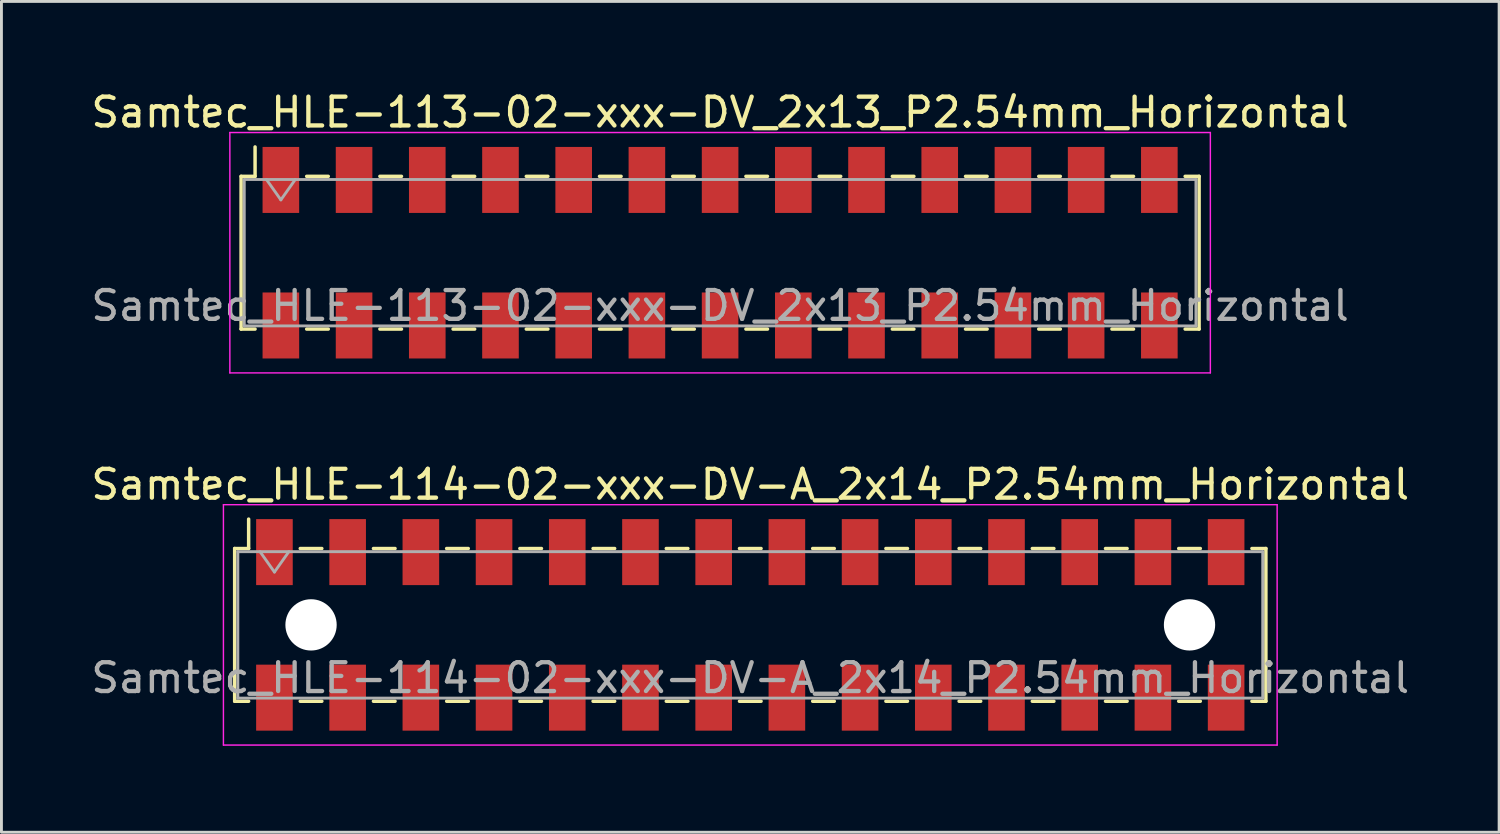
<source format=kicad_pcb>
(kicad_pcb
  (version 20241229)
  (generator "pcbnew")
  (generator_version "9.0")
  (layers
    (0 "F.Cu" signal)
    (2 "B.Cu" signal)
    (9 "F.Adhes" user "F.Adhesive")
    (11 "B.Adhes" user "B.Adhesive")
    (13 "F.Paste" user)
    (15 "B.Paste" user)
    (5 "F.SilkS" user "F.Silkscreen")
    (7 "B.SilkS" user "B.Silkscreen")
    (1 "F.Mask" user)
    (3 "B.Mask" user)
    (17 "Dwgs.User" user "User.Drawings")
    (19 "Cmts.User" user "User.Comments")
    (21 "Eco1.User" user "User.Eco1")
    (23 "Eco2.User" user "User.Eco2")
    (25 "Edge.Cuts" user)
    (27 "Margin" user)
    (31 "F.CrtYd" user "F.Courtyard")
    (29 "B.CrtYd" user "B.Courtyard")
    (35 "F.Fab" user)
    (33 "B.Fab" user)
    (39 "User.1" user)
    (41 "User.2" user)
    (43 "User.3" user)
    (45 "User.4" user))
  (footprint "Samtec_HLE-114-02-xxx-DV-A_2x14_P2.54mm_Horizontal"
    (layer "F.Cu")
    (at 22.982 18.631)
    (property "Reference" "Samtec_HLE-114-02-xxx-DV-A_2x14_P2.54mm_Horizontal" (at 0 -4.87 0) (layer "F.SilkS") (effects (font (size 1 1) (thickness 0.15))))
    (attr smd)
    (fp_line (start -17.89 -2.65) (end -17.89 2.65) (stroke (width 0.12) (type solid)) (layer "F.SilkS"))
    (fp_line (start -17.89 2.65) (end -17.405 2.65) (stroke (width 0.12) (type solid)) (layer "F.SilkS"))
    (fp_line (start -17.405 -3.67) (end -17.405 -2.65) (stroke (width 0.12) (type solid)) (layer "F.SilkS"))
    (fp_line (start -17.405 -2.65) (end -17.89 -2.65) (stroke (width 0.12) (type solid)) (layer "F.SilkS"))
    (fp_line (start -15.615 -2.65) (end -14.865 -2.65) (stroke (width 0.12) (type solid)) (layer "F.SilkS"))
    (fp_line (start -15.615 2.65) (end -14.865 2.65) (stroke (width 0.12) (type solid)) (layer "F.SilkS"))
    (fp_line (start -13.075 -2.65) (end -12.325 -2.65) (stroke (width 0.12) (type solid)) (layer "F.SilkS"))
    (fp_line (start -13.075 2.65) (end -12.325 2.65) (stroke (width 0.12) (type solid)) (layer "F.SilkS"))
    (fp_line (start -10.535 -2.65) (end -9.785 -2.65) (stroke (width 0.12) (type solid)) (layer "F.SilkS"))
    (fp_line (start -10.535 2.65) (end -9.785 2.65) (stroke (width 0.12) (type solid)) (layer "F.SilkS"))
    (fp_line (start -7.995 -2.65) (end -7.245 -2.65) (stroke (width 0.12) (type solid)) (layer "F.SilkS"))
    (fp_line (start -7.995 2.65) (end -7.245 2.65) (stroke (width 0.12) (type solid)) (layer "F.SilkS"))
    (fp_line (start -5.455 -2.65) (end -4.705 -2.65) (stroke (width 0.12) (type solid)) (layer "F.SilkS"))
    (fp_line (start -5.455 2.65) (end -4.705 2.65) (stroke (width 0.12) (type solid)) (layer "F.SilkS"))
    (fp_line (start -2.915 -2.65) (end -2.165 -2.65) (stroke (width 0.12) (type solid)) (layer "F.SilkS"))
    (fp_line (start -2.915 2.65) (end -2.165 2.65) (stroke (width 0.12) (type solid)) (layer "F.SilkS"))
    (fp_line (start -0.375 -2.65) (end 0.375 -2.65) (stroke (width 0.12) (type solid)) (layer "F.SilkS"))
    (fp_line (start -0.375 2.65) (end 0.375 2.65) (stroke (width 0.12) (type solid)) (layer "F.SilkS"))
    (fp_line (start 2.165 -2.65) (end 2.915 -2.65) (stroke (width 0.12) (type solid)) (layer "F.SilkS"))
    (fp_line (start 2.165 2.65) (end 2.915 2.65) (stroke (width 0.12) (type solid)) (layer "F.SilkS"))
    (fp_line (start 4.705 -2.65) (end 5.455 -2.65) (stroke (width 0.12) (type solid)) (layer "F.SilkS"))
    (fp_line (start 4.705 2.65) (end 5.455 2.65) (stroke (width 0.12) (type solid)) (layer "F.SilkS"))
    (fp_line (start 7.245 -2.65) (end 7.995 -2.65) (stroke (width 0.12) (type solid)) (layer "F.SilkS"))
    (fp_line (start 7.245 2.65) (end 7.995 2.65) (stroke (width 0.12) (type solid)) (layer "F.SilkS"))
    (fp_line (start 9.785 -2.65) (end 10.535 -2.65) (stroke (width 0.12) (type solid)) (layer "F.SilkS"))
    (fp_line (start 9.785 2.65) (end 10.535 2.65) (stroke (width 0.12) (type solid)) (layer "F.SilkS"))
    (fp_line (start 12.325 -2.65) (end 13.075 -2.65) (stroke (width 0.12) (type solid)) (layer "F.SilkS"))
    (fp_line (start 12.325 2.65) (end 13.075 2.65) (stroke (width 0.12) (type solid)) (layer "F.SilkS"))
    (fp_line (start 14.865 -2.65) (end 15.615 -2.65) (stroke (width 0.12) (type solid)) (layer "F.SilkS"))
    (fp_line (start 14.865 2.65) (end 15.615 2.65) (stroke (width 0.12) (type solid)) (layer "F.SilkS"))
    (fp_line (start 17.405 -2.65) (end 17.89 -2.65) (stroke (width 0.12) (type solid)) (layer "F.SilkS"))
    (fp_line (start 17.89 -2.65) (end 17.89 2.65) (stroke (width 0.12) (type solid)) (layer "F.SilkS"))
    (fp_line (start 17.89 2.65) (end 17.405 2.65) (stroke (width 0.12) (type solid)) (layer "F.SilkS"))
    (fp_line (start -18.28 -4.17) (end 18.28 -4.17) (stroke (width 0.05) (type solid)) (layer "F.CrtYd"))
    (fp_line (start -18.28 4.17) (end -18.28 -4.17) (stroke (width 0.05) (type solid)) (layer "F.CrtYd"))
    (fp_line (start 18.28 -4.17) (end 18.28 4.17) (stroke (width 0.05) (type solid)) (layer "F.CrtYd"))
    (fp_line (start 18.28 4.17) (end -18.28 4.17) (stroke (width 0.05) (type solid)) (layer "F.CrtYd"))
    (fp_line (start -17.78 -2.54) (end 17.78 -2.54) (stroke (width 0.1) (type solid)) (layer "F.Fab"))
    (fp_line (start -17.78 2.54) (end -17.78 -2.54) (stroke (width 0.1) (type solid)) (layer "F.Fab"))
    (fp_line (start -17.01 -2.54) (end -16.51 -1.833) (stroke (width 0.1) (type solid)) (layer "F.Fab"))
    (fp_line (start -16.51 -1.833) (end -16.01 -2.54) (stroke (width 0.1) (type solid)) (layer "F.Fab"))
    (fp_line (start 17.78 -2.54) (end 17.78 2.54) (stroke (width 0.1) (type solid)) (layer "F.Fab"))
    (fp_line (start 17.78 2.54) (end -17.78 2.54) (stroke (width 0.1) (type solid)) (layer "F.Fab"))
    (fp_text user "${REFERENCE}" (at 0 1.84 0) (layer "F.Fab") (effects (font (size 1 1) (thickness 0.15))))
    (pad "" np_thru_hole circle (at -15.24 0) (size 1.78 1.78) (drill 1.78) (layers "*.Cu" "*.Mask"))
    (pad "" np_thru_hole circle (at 15.24 0) (size 1.78 1.78) (drill 1.78) (layers "*.Cu" "*.Mask"))
    (pad "1" smd rect (at -16.51 -2.525) (size 1.27 2.29) (layers "F.Cu" "F.Mask" "F.Paste"))
    (pad "2" smd rect (at -16.51 2.525) (size 1.27 2.29) (layers "F.Cu" "F.Mask" "F.Paste"))
    (pad "3" smd rect (at -13.97 -2.525) (size 1.27 2.29) (layers "F.Cu" "F.Mask" "F.Paste"))
    (pad "4" smd rect (at -13.97 2.525) (size 1.27 2.29) (layers "F.Cu" "F.Mask" "F.Paste"))
    (pad "5" smd rect (at -11.43 -2.525) (size 1.27 2.29) (layers "F.Cu" "F.Mask" "F.Paste"))
    (pad "6" smd rect (at -11.43 2.525) (size 1.27 2.29) (layers "F.Cu" "F.Mask" "F.Paste"))
    (pad "7" smd rect (at -8.89 -2.525) (size 1.27 2.29) (layers "F.Cu" "F.Mask" "F.Paste"))
    (pad "8" smd rect (at -8.89 2.525) (size 1.27 2.29) (layers "F.Cu" "F.Mask" "F.Paste"))
    (pad "9" smd rect (at -6.35 -2.525) (size 1.27 2.29) (layers "F.Cu" "F.Mask" "F.Paste"))
    (pad "10" smd rect (at -6.35 2.525) (size 1.27 2.29) (layers "F.Cu" "F.Mask" "F.Paste"))
    (pad "11" smd rect (at -3.81 -2.525) (size 1.27 2.29) (layers "F.Cu" "F.Mask" "F.Paste"))
    (pad "12" smd rect (at -3.81 2.525) (size 1.27 2.29) (layers "F.Cu" "F.Mask" "F.Paste"))
    (pad "13" smd rect (at -1.27 -2.525) (size 1.27 2.29) (layers "F.Cu" "F.Mask" "F.Paste"))
    (pad "14" smd rect (at -1.27 2.525) (size 1.27 2.29) (layers "F.Cu" "F.Mask" "F.Paste"))
    (pad "15" smd rect (at 1.27 -2.525) (size 1.27 2.29) (layers "F.Cu" "F.Mask" "F.Paste"))
    (pad "16" smd rect (at 1.27 2.525) (size 1.27 2.29) (layers "F.Cu" "F.Mask" "F.Paste"))
    (pad "17" smd rect (at 3.81 -2.525) (size 1.27 2.29) (layers "F.Cu" "F.Mask" "F.Paste"))
    (pad "18" smd rect (at 3.81 2.525) (size 1.27 2.29) (layers "F.Cu" "F.Mask" "F.Paste"))
    (pad "19" smd rect (at 6.35 -2.525) (size 1.27 2.29) (layers "F.Cu" "F.Mask" "F.Paste"))
    (pad "20" smd rect (at 6.35 2.525) (size 1.27 2.29) (layers "F.Cu" "F.Mask" "F.Paste"))
    (pad "21" smd rect (at 8.89 -2.525) (size 1.27 2.29) (layers "F.Cu" "F.Mask" "F.Paste"))
    (pad "22" smd rect (at 8.89 2.525) (size 1.27 2.29) (layers "F.Cu" "F.Mask" "F.Paste"))
    (pad "23" smd rect (at 11.43 -2.525) (size 1.27 2.29) (layers "F.Cu" "F.Mask" "F.Paste"))
    (pad "24" smd rect (at 11.43 2.525) (size 1.27 2.29) (layers "F.Cu" "F.Mask" "F.Paste"))
    (pad "25" smd rect (at 13.97 -2.525) (size 1.27 2.29) (layers "F.Cu" "F.Mask" "F.Paste"))
    (pad "26" smd rect (at 13.97 2.525) (size 1.27 2.29) (layers "F.Cu" "F.Mask" "F.Paste"))
    (pad "27" smd rect (at 16.51 -2.525) (size 1.27 2.29) (layers "F.Cu" "F.Mask" "F.Paste"))
    (pad "28" smd rect (at 16.51 2.525) (size 1.27 2.29) (layers "F.Cu" "F.Mask" "F.Paste")))
  (footprint "Samtec_HLE-113-02-xxx-DV_2x13_P2.54mm_Horizontal"
    (layer "F.Cu")
    (at 21.935 5.718)
    (property "Reference" "Samtec_HLE-113-02-xxx-DV_2x13_P2.54mm_Horizontal" (at 0 -4.87 0) (layer "F.SilkS") (effects (font (size 1 1) (thickness 0.15))))
    (attr smd)
    (fp_line (start -16.62 -2.65) (end -16.62 2.65) (stroke (width 0.12) (type solid)) (layer "F.SilkS"))
    (fp_line (start -16.62 2.65) (end -16.135 2.65) (stroke (width 0.12) (type solid)) (layer "F.SilkS"))
    (fp_line (start -16.135 -3.67) (end -16.135 -2.65) (stroke (width 0.12) (type solid)) (layer "F.SilkS"))
    (fp_line (start -16.135 -2.65) (end -16.62 -2.65) (stroke (width 0.12) (type solid)) (layer "F.SilkS"))
    (fp_line (start -14.345 -2.65) (end -13.595 -2.65) (stroke (width 0.12) (type solid)) (layer "F.SilkS"))
    (fp_line (start -14.345 2.65) (end -13.595 2.65) (stroke (width 0.12) (type solid)) (layer "F.SilkS"))
    (fp_line (start -11.805 -2.65) (end -11.055 -2.65) (stroke (width 0.12) (type solid)) (layer "F.SilkS"))
    (fp_line (start -11.805 2.65) (end -11.055 2.65) (stroke (width 0.12) (type solid)) (layer "F.SilkS"))
    (fp_line (start -9.265 -2.65) (end -8.515 -2.65) (stroke (width 0.12) (type solid)) (layer "F.SilkS"))
    (fp_line (start -9.265 2.65) (end -8.515 2.65) (stroke (width 0.12) (type solid)) (layer "F.SilkS"))
    (fp_line (start -6.725 -2.65) (end -5.975 -2.65) (stroke (width 0.12) (type solid)) (layer "F.SilkS"))
    (fp_line (start -6.725 2.65) (end -5.975 2.65) (stroke (width 0.12) (type solid)) (layer "F.SilkS"))
    (fp_line (start -4.185 -2.65) (end -3.435 -2.65) (stroke (width 0.12) (type solid)) (layer "F.SilkS"))
    (fp_line (start -4.185 2.65) (end -3.435 2.65) (stroke (width 0.12) (type solid)) (layer "F.SilkS"))
    (fp_line (start -1.645 -2.65) (end -0.895 -2.65) (stroke (width 0.12) (type solid)) (layer "F.SilkS"))
    (fp_line (start -1.645 2.65) (end -0.895 2.65) (stroke (width 0.12) (type solid)) (layer "F.SilkS"))
    (fp_line (start 0.895 -2.65) (end 1.645 -2.65) (stroke (width 0.12) (type solid)) (layer "F.SilkS"))
    (fp_line (start 0.895 2.65) (end 1.645 2.65) (stroke (width 0.12) (type solid)) (layer "F.SilkS"))
    (fp_line (start 3.435 -2.65) (end 4.185 -2.65) (stroke (width 0.12) (type solid)) (layer "F.SilkS"))
    (fp_line (start 3.435 2.65) (end 4.185 2.65) (stroke (width 0.12) (type solid)) (layer "F.SilkS"))
    (fp_line (start 5.975 -2.65) (end 6.725 -2.65) (stroke (width 0.12) (type solid)) (layer "F.SilkS"))
    (fp_line (start 5.975 2.65) (end 6.725 2.65) (stroke (width 0.12) (type solid)) (layer "F.SilkS"))
    (fp_line (start 8.515 -2.65) (end 9.265 -2.65) (stroke (width 0.12) (type solid)) (layer "F.SilkS"))
    (fp_line (start 8.515 2.65) (end 9.265 2.65) (stroke (width 0.12) (type solid)) (layer "F.SilkS"))
    (fp_line (start 11.055 -2.65) (end 11.805 -2.65) (stroke (width 0.12) (type solid)) (layer "F.SilkS"))
    (fp_line (start 11.055 2.65) (end 11.805 2.65) (stroke (width 0.12) (type solid)) (layer "F.SilkS"))
    (fp_line (start 13.595 -2.65) (end 14.345 -2.65) (stroke (width 0.12) (type solid)) (layer "F.SilkS"))
    (fp_line (start 13.595 2.65) (end 14.345 2.65) (stroke (width 0.12) (type solid)) (layer "F.SilkS"))
    (fp_line (start 16.135 -2.65) (end 16.62 -2.65) (stroke (width 0.12) (type solid)) (layer "F.SilkS"))
    (fp_line (start 16.62 -2.65) (end 16.62 2.65) (stroke (width 0.12) (type solid)) (layer "F.SilkS"))
    (fp_line (start 16.62 2.65) (end 16.135 2.65) (stroke (width 0.12) (type solid)) (layer "F.SilkS"))
    (fp_line (start -17.01 -4.17) (end 17.01 -4.17) (stroke (width 0.05) (type solid)) (layer "F.CrtYd"))
    (fp_line (start -17.01 4.17) (end -17.01 -4.17) (stroke (width 0.05) (type solid)) (layer "F.CrtYd"))
    (fp_line (start 17.01 -4.17) (end 17.01 4.17) (stroke (width 0.05) (type solid)) (layer "F.CrtYd"))
    (fp_line (start 17.01 4.17) (end -17.01 4.17) (stroke (width 0.05) (type solid)) (layer "F.CrtYd"))
    (fp_line (start -16.51 -2.54) (end 16.51 -2.54) (stroke (width 0.1) (type solid)) (layer "F.Fab"))
    (fp_line (start -16.51 2.54) (end -16.51 -2.54) (stroke (width 0.1) (type solid)) (layer "F.Fab"))
    (fp_line (start -15.74 -2.54) (end -15.24 -1.833) (stroke (width 0.1) (type solid)) (layer "F.Fab"))
    (fp_line (start -15.24 -1.833) (end -14.74 -2.54) (stroke (width 0.1) (type solid)) (layer "F.Fab"))
    (fp_line (start 16.51 -2.54) (end 16.51 2.54) (stroke (width 0.1) (type solid)) (layer "F.Fab"))
    (fp_line (start 16.51 2.54) (end -16.51 2.54) (stroke (width 0.1) (type solid)) (layer "F.Fab"))
    (fp_text user "${REFERENCE}" (at 0 1.84 0) (layer "F.Fab") (effects (font (size 1 1) (thickness 0.15))))
    (pad "1" smd rect (at -15.24 -2.525) (size 1.27 2.29) (layers "F.Cu" "F.Mask" "F.Paste"))
    (pad "2" smd rect (at -15.24 2.525) (size 1.27 2.29) (layers "F.Cu" "F.Mask" "F.Paste"))
    (pad "3" smd rect (at -12.7 -2.525) (size 1.27 2.29) (layers "F.Cu" "F.Mask" "F.Paste"))
    (pad "4" smd rect (at -12.7 2.525) (size 1.27 2.29) (layers "F.Cu" "F.Mask" "F.Paste"))
    (pad "5" smd rect (at -10.16 -2.525) (size 1.27 2.29) (layers "F.Cu" "F.Mask" "F.Paste"))
    (pad "6" smd rect (at -10.16 2.525) (size 1.27 2.29) (layers "F.Cu" "F.Mask" "F.Paste"))
    (pad "7" smd rect (at -7.62 -2.525) (size 1.27 2.29) (layers "F.Cu" "F.Mask" "F.Paste"))
    (pad "8" smd rect (at -7.62 2.525) (size 1.27 2.29) (layers "F.Cu" "F.Mask" "F.Paste"))
    (pad "9" smd rect (at -5.08 -2.525) (size 1.27 2.29) (layers "F.Cu" "F.Mask" "F.Paste"))
    (pad "10" smd rect (at -5.08 2.525) (size 1.27 2.29) (layers "F.Cu" "F.Mask" "F.Paste"))
    (pad "11" smd rect (at -2.54 -2.525) (size 1.27 2.29) (layers "F.Cu" "F.Mask" "F.Paste"))
    (pad "12" smd rect (at -2.54 2.525) (size 1.27 2.29) (layers "F.Cu" "F.Mask" "F.Paste"))
    (pad "13" smd rect (at 0 -2.525) (size 1.27 2.29) (layers "F.Cu" "F.Mask" "F.Paste"))
    (pad "14" smd rect (at 0 2.525) (size 1.27 2.29) (layers "F.Cu" "F.Mask" "F.Paste"))
    (pad "15" smd rect (at 2.54 -2.525) (size 1.27 2.29) (layers "F.Cu" "F.Mask" "F.Paste"))
    (pad "16" smd rect (at 2.54 2.525) (size 1.27 2.29) (layers "F.Cu" "F.Mask" "F.Paste"))
    (pad "17" smd rect (at 5.08 -2.525) (size 1.27 2.29) (layers "F.Cu" "F.Mask" "F.Paste"))
    (pad "18" smd rect (at 5.08 2.525) (size 1.27 2.29) (layers "F.Cu" "F.Mask" "F.Paste"))
    (pad "19" smd rect (at 7.62 -2.525) (size 1.27 2.29) (layers "F.Cu" "F.Mask" "F.Paste"))
    (pad "20" smd rect (at 7.62 2.525) (size 1.27 2.29) (layers "F.Cu" "F.Mask" "F.Paste"))
    (pad "21" smd rect (at 10.16 -2.525) (size 1.27 2.29) (layers "F.Cu" "F.Mask" "F.Paste"))
    (pad "22" smd rect (at 10.16 2.525) (size 1.27 2.29) (layers "F.Cu" "F.Mask" "F.Paste"))
    (pad "23" smd rect (at 12.7 -2.525) (size 1.27 2.29) (layers "F.Cu" "F.Mask" "F.Paste"))
    (pad "24" smd rect (at 12.7 2.525) (size 1.27 2.29) (layers "F.Cu" "F.Mask" "F.Paste"))
    (pad "25" smd rect (at 15.24 -2.525) (size 1.27 2.29) (layers "F.Cu" "F.Mask" "F.Paste"))
    (pad "26" smd rect (at 15.24 2.525) (size 1.27 2.29) (layers "F.Cu" "F.Mask" "F.Paste")))
  (gr_rect
    (start -3 -3)
    (end 48.964 25.826)
    (stroke (width 0.1) (type default))
    (fill no)
    (layer "Edge.Cuts")))
</source>
